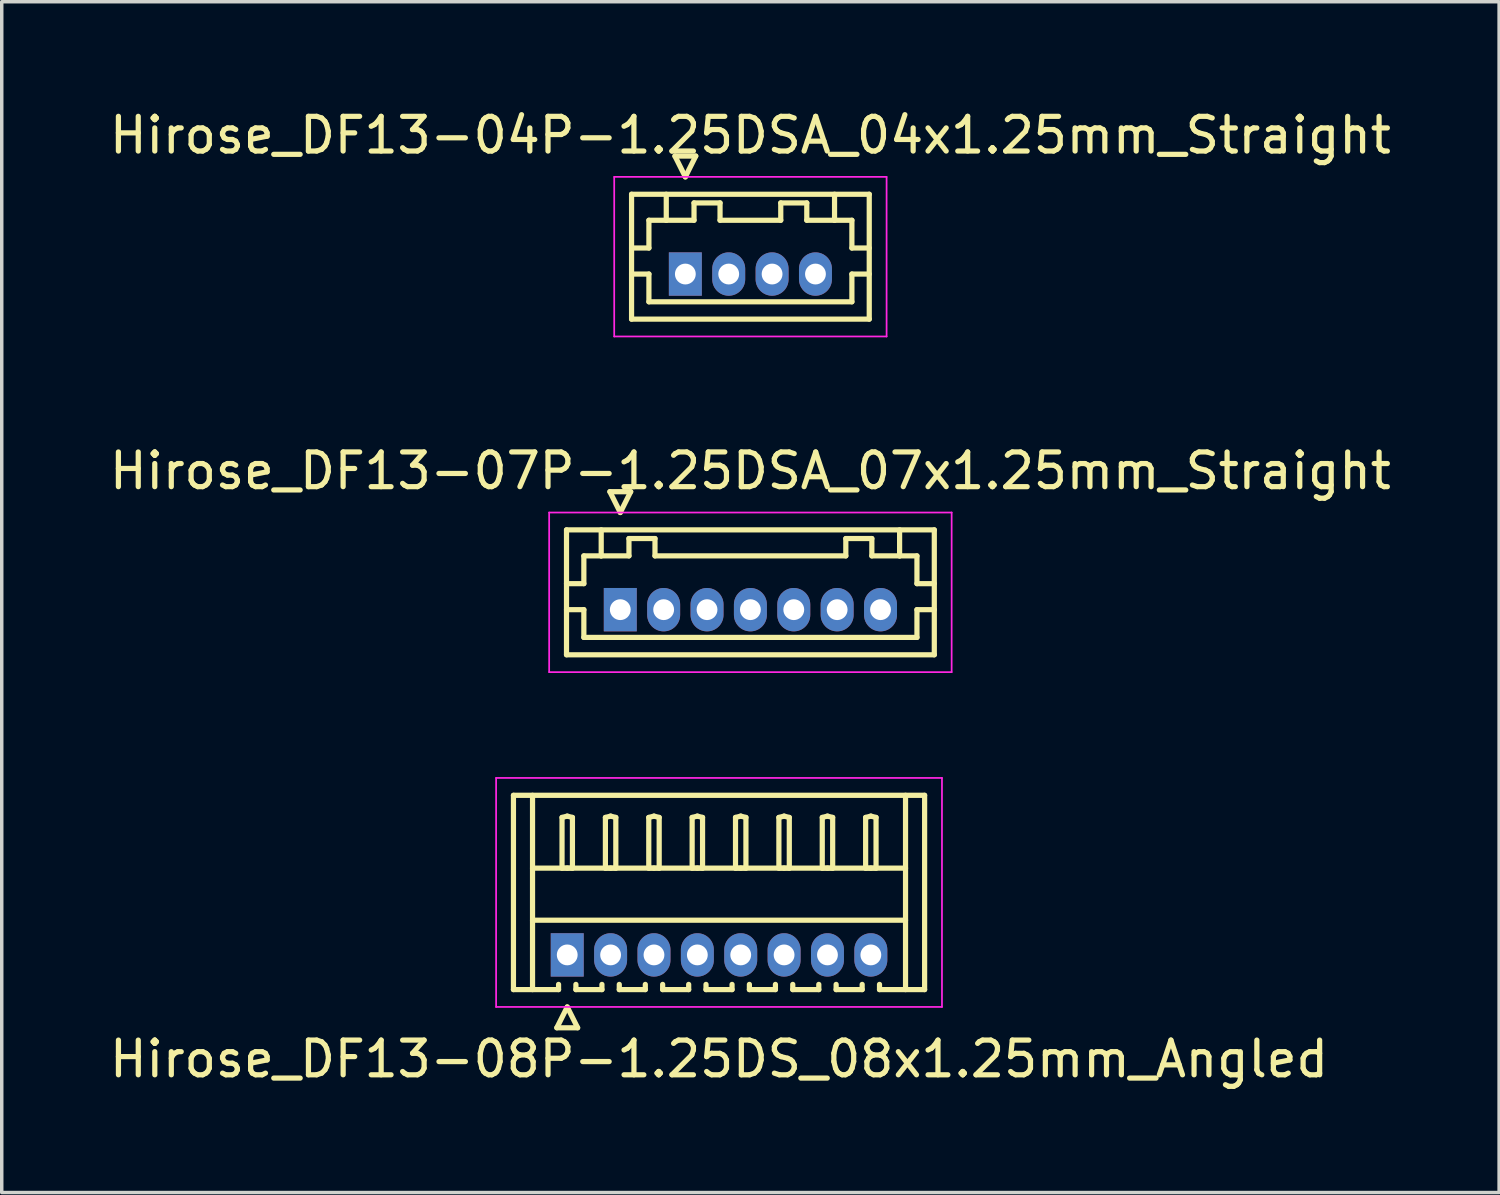
<source format=kicad_pcb>
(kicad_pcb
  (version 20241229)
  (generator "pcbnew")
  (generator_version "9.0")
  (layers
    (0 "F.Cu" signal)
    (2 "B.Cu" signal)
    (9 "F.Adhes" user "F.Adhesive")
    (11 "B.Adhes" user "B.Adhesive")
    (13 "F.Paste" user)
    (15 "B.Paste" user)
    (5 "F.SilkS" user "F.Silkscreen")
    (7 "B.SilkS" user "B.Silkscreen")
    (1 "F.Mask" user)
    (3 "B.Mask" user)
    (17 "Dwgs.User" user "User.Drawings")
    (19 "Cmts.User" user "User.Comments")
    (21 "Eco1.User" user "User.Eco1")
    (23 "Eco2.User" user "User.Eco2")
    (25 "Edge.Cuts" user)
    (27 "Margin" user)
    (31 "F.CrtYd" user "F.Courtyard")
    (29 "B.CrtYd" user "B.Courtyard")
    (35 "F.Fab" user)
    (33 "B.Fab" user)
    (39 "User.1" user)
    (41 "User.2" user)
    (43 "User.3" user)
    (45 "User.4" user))
  (footprint "Hirose_DF13-04P-1.25DSA_04x1.25mm_Straight"
    (layer "F.Cu")
    (at 16.702 4.848)
    (property "Reference" "Hirose_DF13-04P-1.25DSA_04x1.25mm_Straight" (at 1.875 -4 0) (layer "F.SilkS") (effects (font (size 1 1) (thickness 0.15))))
    (attr through_hole)
    (fp_line (start -1.55 -2.3) (end -1.55 1.3) (stroke (width 0.15) (type solid)) (layer "F.SilkS"))
    (fp_line (start -1.55 -0.75) (end -1.05 -0.75) (stroke (width 0.15) (type solid)) (layer "F.SilkS"))
    (fp_line (start -1.55 0) (end -1.05 0) (stroke (width 0.15) (type solid)) (layer "F.SilkS"))
    (fp_line (start -1.55 1.3) (end 5.3 1.3) (stroke (width 0.15) (type solid)) (layer "F.SilkS"))
    (fp_line (start -1.05 -1.55) (end -0.55 -1.55) (stroke (width 0.15) (type solid)) (layer "F.SilkS"))
    (fp_line (start -1.05 -0.75) (end -1.05 -1.55) (stroke (width 0.15) (type solid)) (layer "F.SilkS"))
    (fp_line (start -1.05 0) (end -1.05 0.8) (stroke (width 0.15) (type solid)) (layer "F.SilkS"))
    (fp_line (start -1.05 0.8) (end 4.8 0.8) (stroke (width 0.15) (type solid)) (layer "F.SilkS"))
    (fp_line (start -0.55 -1.55) (end -0.55 -2.3) (stroke (width 0.15) (type solid)) (layer "F.SilkS"))
    (fp_line (start -0.55 -1.55) (end 0.25 -1.55) (stroke (width 0.15) (type solid)) (layer "F.SilkS"))
    (fp_line (start -0.3 -3.4) (end 0.3 -3.4) (stroke (width 0.15) (type solid)) (layer "F.SilkS"))
    (fp_line (start 0 -2.8) (end -0.3 -3.4) (stroke (width 0.15) (type solid)) (layer "F.SilkS"))
    (fp_line (start 0.25 -2.05) (end 1 -2.05) (stroke (width 0.15) (type solid)) (layer "F.SilkS"))
    (fp_line (start 0.25 -1.55) (end 0.25 -2.05) (stroke (width 0.15) (type solid)) (layer "F.SilkS"))
    (fp_line (start 0.3 -3.4) (end 0 -2.8) (stroke (width 0.15) (type solid)) (layer "F.SilkS"))
    (fp_line (start 1 -2.05) (end 1 -1.55) (stroke (width 0.15) (type solid)) (layer "F.SilkS"))
    (fp_line (start 1 -1.55) (end 2.75 -1.55) (stroke (width 0.15) (type solid)) (layer "F.SilkS"))
    (fp_line (start 2.75 -2.05) (end 3.5 -2.05) (stroke (width 0.15) (type solid)) (layer "F.SilkS"))
    (fp_line (start 2.75 -1.55) (end 2.75 -2.05) (stroke (width 0.15) (type solid)) (layer "F.SilkS"))
    (fp_line (start 3.5 -2.05) (end 3.5 -1.55) (stroke (width 0.15) (type solid)) (layer "F.SilkS"))
    (fp_line (start 3.5 -1.55) (end 4.3 -1.55) (stroke (width 0.15) (type solid)) (layer "F.SilkS"))
    (fp_line (start 4.3 -1.55) (end 4.3 -2.3) (stroke (width 0.15) (type solid)) (layer "F.SilkS"))
    (fp_line (start 4.8 -1.55) (end 4.3 -1.55) (stroke (width 0.15) (type solid)) (layer "F.SilkS"))
    (fp_line (start 4.8 -0.75) (end 4.8 -1.55) (stroke (width 0.15) (type solid)) (layer "F.SilkS"))
    (fp_line (start 4.8 0) (end 5.3 0) (stroke (width 0.15) (type solid)) (layer "F.SilkS"))
    (fp_line (start 4.8 0.8) (end 4.8 0) (stroke (width 0.15) (type solid)) (layer "F.SilkS"))
    (fp_line (start 5.3 -2.3) (end -1.55 -2.3) (stroke (width 0.15) (type solid)) (layer "F.SilkS"))
    (fp_line (start 5.3 -0.75) (end 4.8 -0.75) (stroke (width 0.15) (type solid)) (layer "F.SilkS"))
    (fp_line (start 5.3 1.3) (end 5.3 -2.3) (stroke (width 0.15) (type solid)) (layer "F.SilkS"))
    (fp_line (start -2.05 -2.8) (end -2.05 1.8) (stroke (width 0.05) (type solid)) (layer "F.CrtYd"))
    (fp_line (start -2.05 1.8) (end 5.8 1.8) (stroke (width 0.05) (type solid)) (layer "F.CrtYd"))
    (fp_line (start 5.8 -2.8) (end -2.05 -2.8) (stroke (width 0.05) (type solid)) (layer "F.CrtYd"))
    (fp_line (start 5.8 1.8) (end 5.8 -2.8) (stroke (width 0.05) (type solid)) (layer "F.CrtYd"))
    (pad "1" thru_hole rect (at 0 0) (size 0.95 1.25) (drill 0.6) (layers "*.Cu" "*.Mask"))
    (pad "2" thru_hole oval (at 1.25 0) (size 0.95 1.25) (drill 0.6) (layers "*.Cu" "*.Mask"))
    (pad "3" thru_hole oval (at 2.5 0) (size 0.95 1.25) (drill 0.6) (layers "*.Cu" "*.Mask"))
    (pad "4" thru_hole oval (at 3.75 0) (size 0.95 1.25) (drill 0.6) (layers "*.Cu" "*.Mask")))
  (footprint "Hirose_DF13-07P-1.25DSA_07x1.25mm_Straight"
    (layer "F.Cu")
    (at 14.827 14.521)
    (property "Reference" "Hirose_DF13-07P-1.25DSA_07x1.25mm_Straight" (at 3.75 -4 0) (layer "F.SilkS") (effects (font (size 1 1) (thickness 0.15))))
    (attr through_hole)
    (fp_line (start -1.55 -2.3) (end -1.55 1.3) (stroke (width 0.15) (type solid)) (layer "F.SilkS"))
    (fp_line (start -1.55 -0.75) (end -1.05 -0.75) (stroke (width 0.15) (type solid)) (layer "F.SilkS"))
    (fp_line (start -1.55 0) (end -1.05 0) (stroke (width 0.15) (type solid)) (layer "F.SilkS"))
    (fp_line (start -1.55 1.3) (end 9.05 1.3) (stroke (width 0.15) (type solid)) (layer "F.SilkS"))
    (fp_line (start -1.05 -1.55) (end -0.55 -1.55) (stroke (width 0.15) (type solid)) (layer "F.SilkS"))
    (fp_line (start -1.05 -0.75) (end -1.05 -1.55) (stroke (width 0.15) (type solid)) (layer "F.SilkS"))
    (fp_line (start -1.05 0) (end -1.05 0.8) (stroke (width 0.15) (type solid)) (layer "F.SilkS"))
    (fp_line (start -1.05 0.8) (end 8.55 0.8) (stroke (width 0.15) (type solid)) (layer "F.SilkS"))
    (fp_line (start -0.55 -1.55) (end -0.55 -2.3) (stroke (width 0.15) (type solid)) (layer "F.SilkS"))
    (fp_line (start -0.55 -1.55) (end 0.25 -1.55) (stroke (width 0.15) (type solid)) (layer "F.SilkS"))
    (fp_line (start -0.3 -3.4) (end 0.3 -3.4) (stroke (width 0.15) (type solid)) (layer "F.SilkS"))
    (fp_line (start 0 -2.8) (end -0.3 -3.4) (stroke (width 0.15) (type solid)) (layer "F.SilkS"))
    (fp_line (start 0.25 -2.05) (end 1 -2.05) (stroke (width 0.15) (type solid)) (layer "F.SilkS"))
    (fp_line (start 0.25 -1.55) (end 0.25 -2.05) (stroke (width 0.15) (type solid)) (layer "F.SilkS"))
    (fp_line (start 0.3 -3.4) (end 0 -2.8) (stroke (width 0.15) (type solid)) (layer "F.SilkS"))
    (fp_line (start 1 -2.05) (end 1 -1.55) (stroke (width 0.15) (type solid)) (layer "F.SilkS"))
    (fp_line (start 1 -1.55) (end 6.5 -1.55) (stroke (width 0.15) (type solid)) (layer "F.SilkS"))
    (fp_line (start 6.5 -2.05) (end 7.25 -2.05) (stroke (width 0.15) (type solid)) (layer "F.SilkS"))
    (fp_line (start 6.5 -1.55) (end 6.5 -2.05) (stroke (width 0.15) (type solid)) (layer "F.SilkS"))
    (fp_line (start 7.25 -2.05) (end 7.25 -1.55) (stroke (width 0.15) (type solid)) (layer "F.SilkS"))
    (fp_line (start 7.25 -1.55) (end 8.05 -1.55) (stroke (width 0.15) (type solid)) (layer "F.SilkS"))
    (fp_line (start 8.05 -1.55) (end 8.05 -2.3) (stroke (width 0.15) (type solid)) (layer "F.SilkS"))
    (fp_line (start 8.55 -1.55) (end 8.05 -1.55) (stroke (width 0.15) (type solid)) (layer "F.SilkS"))
    (fp_line (start 8.55 -0.75) (end 8.55 -1.55) (stroke (width 0.15) (type solid)) (layer "F.SilkS"))
    (fp_line (start 8.55 0) (end 9.05 0) (stroke (width 0.15) (type solid)) (layer "F.SilkS"))
    (fp_line (start 8.55 0.8) (end 8.55 0) (stroke (width 0.15) (type solid)) (layer "F.SilkS"))
    (fp_line (start 9.05 -2.3) (end -1.55 -2.3) (stroke (width 0.15) (type solid)) (layer "F.SilkS"))
    (fp_line (start 9.05 -0.75) (end 8.55 -0.75) (stroke (width 0.15) (type solid)) (layer "F.SilkS"))
    (fp_line (start 9.05 1.3) (end 9.05 -2.3) (stroke (width 0.15) (type solid)) (layer "F.SilkS"))
    (fp_line (start -2.05 -2.8) (end -2.05 1.8) (stroke (width 0.05) (type solid)) (layer "F.CrtYd"))
    (fp_line (start -2.05 1.8) (end 9.55 1.8) (stroke (width 0.05) (type solid)) (layer "F.CrtYd"))
    (fp_line (start 9.55 -2.8) (end -2.05 -2.8) (stroke (width 0.05) (type solid)) (layer "F.CrtYd"))
    (fp_line (start 9.55 1.8) (end 9.55 -2.8) (stroke (width 0.05) (type solid)) (layer "F.CrtYd"))
    (pad "1" thru_hole rect (at 0 0) (size 0.95 1.25) (drill 0.6) (layers "*.Cu" "*.Mask"))
    (pad "2" thru_hole oval (at 1.25 0) (size 0.95 1.25) (drill 0.6) (layers "*.Cu" "*.Mask"))
    (pad "3" thru_hole oval (at 2.5 0) (size 0.95 1.25) (drill 0.6) (layers "*.Cu" "*.Mask"))
    (pad "4" thru_hole oval (at 3.75 0) (size 0.95 1.25) (drill 0.6) (layers "*.Cu" "*.Mask"))
    (pad "5" thru_hole oval (at 5 0) (size 0.95 1.25) (drill 0.6) (layers "*.Cu" "*.Mask"))
    (pad "6" thru_hole oval (at 6.25 0) (size 0.95 1.25) (drill 0.6) (layers "*.Cu" "*.Mask"))
    (pad "7" thru_hole oval (at 7.5 0) (size 0.95 1.25) (drill 0.6) (layers "*.Cu" "*.Mask")))
  (footprint "Hirose_DF13-08P-1.25DS_08x1.25mm_Angled"
    (layer "F.Cu")
    (at 13.298 24.471)
    (property "Reference" "Hirose_DF13-08P-1.25DS_08x1.25mm_Angled" (at 4.375 3 0) (layer "F.SilkS") (effects (font (size 1 1) (thickness 0.15))))
    (attr through_hole)
    (fp_line (start -1.55 -4.6) (end 10.3 -4.6) (stroke (width 0.15) (type solid)) (layer "F.SilkS"))
    (fp_line (start -1.55 1) (end -1.55 -4.6) (stroke (width 0.15) (type solid)) (layer "F.SilkS"))
    (fp_line (start -1 -4.6) (end -1 1) (stroke (width 0.15) (type solid)) (layer "F.SilkS"))
    (fp_line (start -1 -2.5) (end 9.75 -2.5) (stroke (width 0.15) (type solid)) (layer "F.SilkS"))
    (fp_line (start -1 -1) (end 9.75 -1) (stroke (width 0.15) (type solid)) (layer "F.SilkS"))
    (fp_line (start -0.3 2.1) (end 0.3 2.1) (stroke (width 0.15) (type solid)) (layer "F.SilkS"))
    (fp_line (start -0.25 0.85) (end -0.25 1) (stroke (width 0.15) (type solid)) (layer "F.SilkS"))
    (fp_line (start -0.25 1) (end -1.55 1) (stroke (width 0.15) (type solid)) (layer "F.SilkS"))
    (fp_line (start -0.15 -3.962) (end 0 -4) (stroke (width 0.15) (type solid)) (layer "F.SilkS"))
    (fp_line (start -0.15 -2.5) (end -0.15 -3.962) (stroke (width 0.15) (type solid)) (layer "F.SilkS"))
    (fp_line (start 0 -4) (end 0.15 -3.962) (stroke (width 0.15) (type solid)) (layer "F.SilkS"))
    (fp_line (start 0 -2.5) (end -0.15 -2.5) (stroke (width 0.15) (type solid)) (layer "F.SilkS"))
    (fp_line (start 0 1.5) (end -0.3 2.1) (stroke (width 0.15) (type solid)) (layer "F.SilkS"))
    (fp_line (start 0.15 -3.962) (end 0.15 -2.5) (stroke (width 0.15) (type solid)) (layer "F.SilkS"))
    (fp_line (start 0.15 -2.5) (end 0 -2.5) (stroke (width 0.15) (type solid)) (layer "F.SilkS"))
    (fp_line (start 0.25 0.85) (end 0.25 1) (stroke (width 0.15) (type solid)) (layer "F.SilkS"))
    (fp_line (start 0.25 1) (end 1 1) (stroke (width 0.15) (type solid)) (layer "F.SilkS"))
    (fp_line (start 0.3 2.1) (end 0 1.5) (stroke (width 0.15) (type solid)) (layer "F.SilkS"))
    (fp_line (start 1 1) (end 1 0.85) (stroke (width 0.15) (type solid)) (layer "F.SilkS"))
    (fp_line (start 1.1 -3.962) (end 1.25 -4) (stroke (width 0.15) (type solid)) (layer "F.SilkS"))
    (fp_line (start 1.1 -2.5) (end 1.1 -3.962) (stroke (width 0.15) (type solid)) (layer "F.SilkS"))
    (fp_line (start 1.25 -4) (end 1.4 -3.962) (stroke (width 0.15) (type solid)) (layer "F.SilkS"))
    (fp_line (start 1.25 -2.5) (end 1.1 -2.5) (stroke (width 0.15) (type solid)) (layer "F.SilkS"))
    (fp_line (start 1.4 -3.962) (end 1.4 -2.5) (stroke (width 0.15) (type solid)) (layer "F.SilkS"))
    (fp_line (start 1.4 -2.5) (end 1.25 -2.5) (stroke (width 0.15) (type solid)) (layer "F.SilkS"))
    (fp_line (start 1.5 0.85) (end 1.5 1) (stroke (width 0.15) (type solid)) (layer "F.SilkS"))
    (fp_line (start 1.5 1) (end 2.25 1) (stroke (width 0.15) (type solid)) (layer "F.SilkS"))
    (fp_line (start 2.25 1) (end 2.25 0.85) (stroke (width 0.15) (type solid)) (layer "F.SilkS"))
    (fp_line (start 2.35 -3.962) (end 2.5 -4) (stroke (width 0.15) (type solid)) (layer "F.SilkS"))
    (fp_line (start 2.35 -2.5) (end 2.35 -3.962) (stroke (width 0.15) (type solid)) (layer "F.SilkS"))
    (fp_line (start 2.5 -4) (end 2.65 -3.962) (stroke (width 0.15) (type solid)) (layer "F.SilkS"))
    (fp_line (start 2.5 -2.5) (end 2.35 -2.5) (stroke (width 0.15) (type solid)) (layer "F.SilkS"))
    (fp_line (start 2.65 -3.962) (end 2.65 -2.5) (stroke (width 0.15) (type solid)) (layer "F.SilkS"))
    (fp_line (start 2.65 -2.5) (end 2.5 -2.5) (stroke (width 0.15) (type solid)) (layer "F.SilkS"))
    (fp_line (start 2.75 0.85) (end 2.75 1) (stroke (width 0.15) (type solid)) (layer "F.SilkS"))
    (fp_line (start 2.75 1) (end 3.5 1) (stroke (width 0.15) (type solid)) (layer "F.SilkS"))
    (fp_line (start 3.5 1) (end 3.5 0.85) (stroke (width 0.15) (type solid)) (layer "F.SilkS"))
    (fp_line (start 3.6 -3.962) (end 3.75 -4) (stroke (width 0.15) (type solid)) (layer "F.SilkS"))
    (fp_line (start 3.6 -2.5) (end 3.6 -3.962) (stroke (width 0.15) (type solid)) (layer "F.SilkS"))
    (fp_line (start 3.75 -4) (end 3.9 -3.962) (stroke (width 0.15) (type solid)) (layer "F.SilkS"))
    (fp_line (start 3.75 -2.5) (end 3.6 -2.5) (stroke (width 0.15) (type solid)) (layer "F.SilkS"))
    (fp_line (start 3.9 -3.962) (end 3.9 -2.5) (stroke (width 0.15) (type solid)) (layer "F.SilkS"))
    (fp_line (start 3.9 -2.5) (end 3.75 -2.5) (stroke (width 0.15) (type solid)) (layer "F.SilkS"))
    (fp_line (start 4 0.85) (end 4 1) (stroke (width 0.15) (type solid)) (layer "F.SilkS"))
    (fp_line (start 4 1) (end 4.75 1) (stroke (width 0.15) (type solid)) (layer "F.SilkS"))
    (fp_line (start 4.75 1) (end 4.75 0.85) (stroke (width 0.15) (type solid)) (layer "F.SilkS"))
    (fp_line (start 4.85 -3.962) (end 5 -4) (stroke (width 0.15) (type solid)) (layer "F.SilkS"))
    (fp_line (start 4.85 -2.5) (end 4.85 -3.962) (stroke (width 0.15) (type solid)) (layer "F.SilkS"))
    (fp_line (start 5 -4) (end 5.15 -3.962) (stroke (width 0.15) (type solid)) (layer "F.SilkS"))
    (fp_line (start 5 -2.5) (end 4.85 -2.5) (stroke (width 0.15) (type solid)) (layer "F.SilkS"))
    (fp_line (start 5.15 -3.962) (end 5.15 -2.5) (stroke (width 0.15) (type solid)) (layer "F.SilkS"))
    (fp_line (start 5.15 -2.5) (end 5 -2.5) (stroke (width 0.15) (type solid)) (layer "F.SilkS"))
    (fp_line (start 5.25 0.85) (end 5.25 1) (stroke (width 0.15) (type solid)) (layer "F.SilkS"))
    (fp_line (start 5.25 1) (end 6 1) (stroke (width 0.15) (type solid)) (layer "F.SilkS"))
    (fp_line (start 6 1) (end 6 0.85) (stroke (width 0.15) (type solid)) (layer "F.SilkS"))
    (fp_line (start 6.1 -3.962) (end 6.25 -4) (stroke (width 0.15) (type solid)) (layer "F.SilkS"))
    (fp_line (start 6.1 -2.5) (end 6.1 -3.962) (stroke (width 0.15) (type solid)) (layer "F.SilkS"))
    (fp_line (start 6.25 -4) (end 6.4 -3.962) (stroke (width 0.15) (type solid)) (layer "F.SilkS"))
    (fp_line (start 6.25 -2.5) (end 6.1 -2.5) (stroke (width 0.15) (type solid)) (layer "F.SilkS"))
    (fp_line (start 6.4 -3.962) (end 6.4 -2.5) (stroke (width 0.15) (type solid)) (layer "F.SilkS"))
    (fp_line (start 6.4 -2.5) (end 6.25 -2.5) (stroke (width 0.15) (type solid)) (layer "F.SilkS"))
    (fp_line (start 6.5 0.85) (end 6.5 1) (stroke (width 0.15) (type solid)) (layer "F.SilkS"))
    (fp_line (start 6.5 1) (end 7.25 1) (stroke (width 0.15) (type solid)) (layer "F.SilkS"))
    (fp_line (start 7.25 1) (end 7.25 0.85) (stroke (width 0.15) (type solid)) (layer "F.SilkS"))
    (fp_line (start 7.35 -3.962) (end 7.5 -4) (stroke (width 0.15) (type solid)) (layer "F.SilkS"))
    (fp_line (start 7.35 -2.5) (end 7.35 -3.962) (stroke (width 0.15) (type solid)) (layer "F.SilkS"))
    (fp_line (start 7.5 -4) (end 7.65 -3.962) (stroke (width 0.15) (type solid)) (layer "F.SilkS"))
    (fp_line (start 7.5 -2.5) (end 7.35 -2.5) (stroke (width 0.15) (type solid)) (layer "F.SilkS"))
    (fp_line (start 7.65 -3.962) (end 7.65 -2.5) (stroke (width 0.15) (type solid)) (layer "F.SilkS"))
    (fp_line (start 7.65 -2.5) (end 7.5 -2.5) (stroke (width 0.15) (type solid)) (layer "F.SilkS"))
    (fp_line (start 7.75 0.85) (end 7.75 1) (stroke (width 0.15) (type solid)) (layer "F.SilkS"))
    (fp_line (start 7.75 1) (end 8.5 1) (stroke (width 0.15) (type solid)) (layer "F.SilkS"))
    (fp_line (start 8.5 1) (end 8.5 0.85) (stroke (width 0.15) (type solid)) (layer "F.SilkS"))
    (fp_line (start 8.6 -3.962) (end 8.75 -4) (stroke (width 0.15) (type solid)) (layer "F.SilkS"))
    (fp_line (start 8.6 -2.5) (end 8.6 -3.962) (stroke (width 0.15) (type solid)) (layer "F.SilkS"))
    (fp_line (start 8.75 -4) (end 8.9 -3.962) (stroke (width 0.15) (type solid)) (layer "F.SilkS"))
    (fp_line (start 8.75 -2.5) (end 8.6 -2.5) (stroke (width 0.15) (type solid)) (layer "F.SilkS"))
    (fp_line (start 8.9 -3.962) (end 8.9 -2.5) (stroke (width 0.15) (type solid)) (layer "F.SilkS"))
    (fp_line (start 8.9 -2.5) (end 8.75 -2.5) (stroke (width 0.15) (type solid)) (layer "F.SilkS"))
    (fp_line (start 9 1) (end 9 0.85) (stroke (width 0.15) (type solid)) (layer "F.SilkS"))
    (fp_line (start 9.75 -4.6) (end 9.75 1) (stroke (width 0.15) (type solid)) (layer "F.SilkS"))
    (fp_line (start 10.3 -4.6) (end 10.3 1) (stroke (width 0.15) (type solid)) (layer "F.SilkS"))
    (fp_line (start 10.3 1) (end 9 1) (stroke (width 0.15) (type solid)) (layer "F.SilkS"))
    (fp_line (start -2.05 -5.1) (end -2.05 1.5) (stroke (width 0.05) (type solid)) (layer "F.CrtYd"))
    (fp_line (start -2.05 1.5) (end 10.8 1.5) (stroke (width 0.05) (type solid)) (layer "F.CrtYd"))
    (fp_line (start 10.8 -5.1) (end -2.05 -5.1) (stroke (width 0.05) (type solid)) (layer "F.CrtYd"))
    (fp_line (start 10.8 1.5) (end 10.8 -5.1) (stroke (width 0.05) (type solid)) (layer "F.CrtYd"))
    (pad "1" thru_hole rect (at 0 0) (size 0.95 1.25) (drill 0.6) (layers "*.Cu" "*.Mask"))
    (pad "2" thru_hole oval (at 1.25 0) (size 0.95 1.25) (drill 0.6) (layers "*.Cu" "*.Mask"))
    (pad "3" thru_hole oval (at 2.5 0) (size 0.95 1.25) (drill 0.6) (layers "*.Cu" "*.Mask"))
    (pad "4" thru_hole oval (at 3.75 0) (size 0.95 1.25) (drill 0.6) (layers "*.Cu" "*.Mask"))
    (pad "5" thru_hole oval (at 5 0) (size 0.95 1.25) (drill 0.6) (layers "*.Cu" "*.Mask"))
    (pad "6" thru_hole oval (at 6.25 0) (size 0.95 1.25) (drill 0.6) (layers "*.Cu" "*.Mask"))
    (pad "7" thru_hole oval (at 7.5 0) (size 0.95 1.25) (drill 0.6) (layers "*.Cu" "*.Mask"))
    (pad "8" thru_hole oval (at 8.75 0) (size 0.95 1.25) (drill 0.6) (layers "*.Cu" "*.Mask")))
  (gr_rect
    (start -3 -3)
    (end 40.155 31.32)
    (stroke (width 0.1) (type default))
    (fill no)
    (layer "Edge.Cuts")))
</source>
